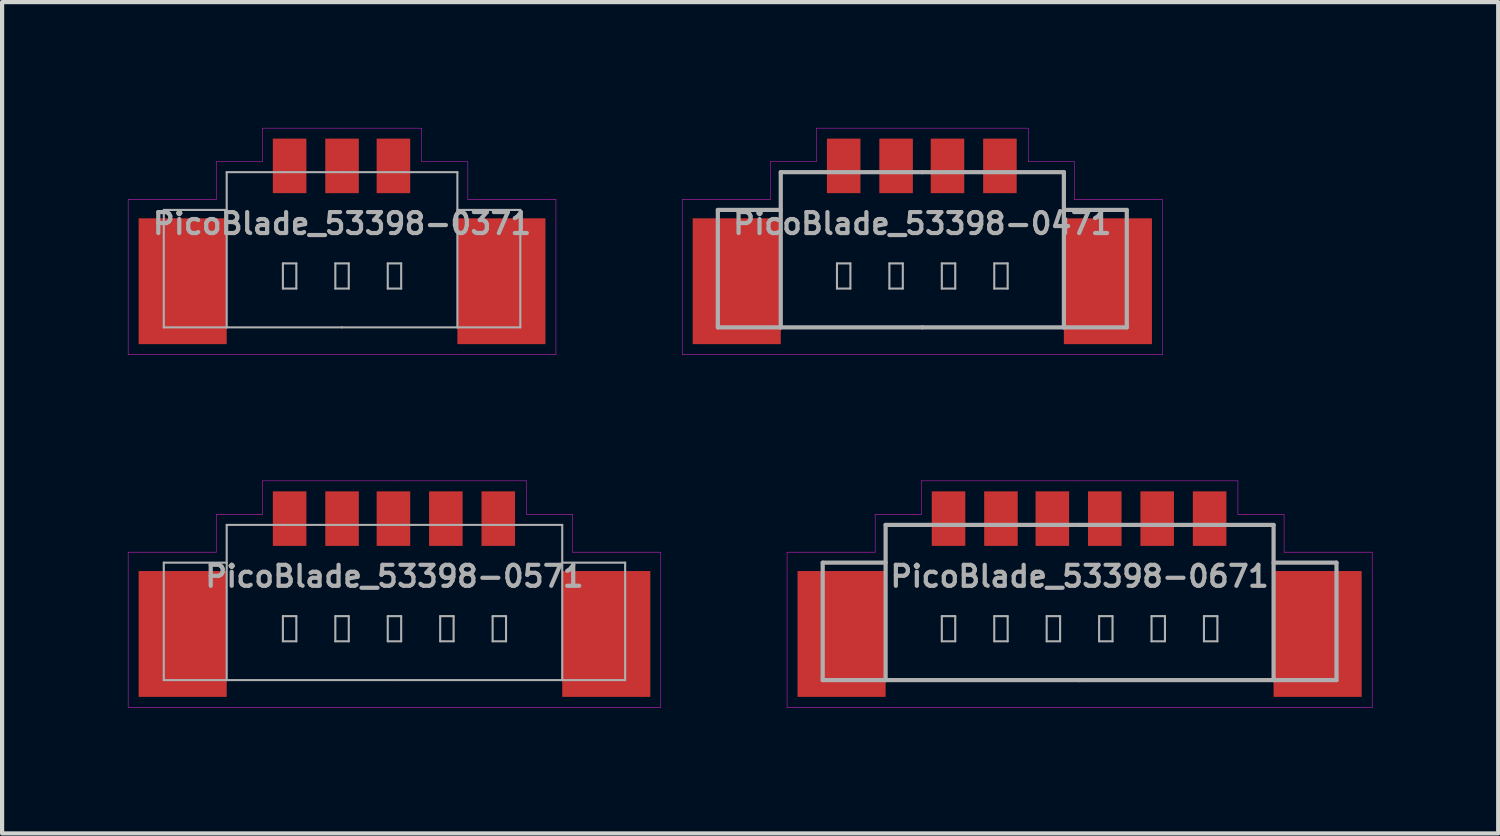
<source format=kicad_pcb>
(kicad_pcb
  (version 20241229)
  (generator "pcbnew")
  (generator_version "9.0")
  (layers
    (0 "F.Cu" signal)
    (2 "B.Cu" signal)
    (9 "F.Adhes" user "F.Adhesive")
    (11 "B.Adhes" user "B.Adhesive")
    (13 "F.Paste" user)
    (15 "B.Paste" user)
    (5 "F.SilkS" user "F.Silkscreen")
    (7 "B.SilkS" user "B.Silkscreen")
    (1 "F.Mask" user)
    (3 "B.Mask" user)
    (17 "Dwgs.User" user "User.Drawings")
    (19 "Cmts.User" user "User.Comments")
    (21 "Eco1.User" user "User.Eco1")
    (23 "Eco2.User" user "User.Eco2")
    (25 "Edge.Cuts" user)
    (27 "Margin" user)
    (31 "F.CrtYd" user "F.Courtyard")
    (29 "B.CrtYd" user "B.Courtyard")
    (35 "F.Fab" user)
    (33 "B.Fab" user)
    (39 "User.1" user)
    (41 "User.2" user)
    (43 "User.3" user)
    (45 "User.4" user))
  (footprint "PicoBlade_53398-0371"
    (layer "F.Cu")
    (at 5.105 2.28)
    (property "Reference" "PicoBlade_53398-0371" (at 0 0 0) (layer "F.Fab") (effects (font (size 0.5 0.5) (thickness 0.1))))
    (attr smd)
    (fp_line (start -5.1 -0.575) (end -5.1 3.125) (stroke (width 0.01) (type solid)) (layer "F.CrtYd"))
    (fp_line (start -5.1 -0.575) (end -3 -0.575) (stroke (width 0.01) (type solid)) (layer "F.CrtYd"))
    (fp_line (start -5.1 3.125) (end 0 3.125) (stroke (width 0.01) (type solid)) (layer "F.CrtYd"))
    (fp_line (start -3 -0.575) (end -3 -1.475) (stroke (width 0.01) (type solid)) (layer "F.CrtYd"))
    (fp_line (start -1.9 -2.275) (end -1.9 -1.475) (stroke (width 0.01) (type solid)) (layer "F.CrtYd"))
    (fp_line (start -1.9 -1.475) (end -3 -1.475) (stroke (width 0.01) (type solid)) (layer "F.CrtYd"))
    (fp_line (start 0 -2.275) (end -1.9 -2.275) (stroke (width 0.01) (type solid)) (layer "F.CrtYd"))
    (fp_line (start 0 -2.275) (end 1.9 -2.275) (stroke (width 0.01) (type solid)) (layer "F.CrtYd"))
    (fp_line (start 1.9 -2.275) (end 1.9 -1.475) (stroke (width 0.01) (type solid)) (layer "F.CrtYd"))
    (fp_line (start 1.9 -1.475) (end 3 -1.475) (stroke (width 0.01) (type solid)) (layer "F.CrtYd"))
    (fp_line (start 3 -1.475) (end 3 -0.575) (stroke (width 0.01) (type solid)) (layer "F.CrtYd"))
    (fp_line (start 3 -0.575) (end 5.1 -0.575) (stroke (width 0.01) (type solid)) (layer "F.CrtYd"))
    (fp_line (start 5.1 -0.575) (end 5.1 3.125) (stroke (width 0.01) (type solid)) (layer "F.CrtYd"))
    (fp_line (start 5.1 3.125) (end 0 3.125) (stroke (width 0.01) (type solid)) (layer "F.CrtYd"))
    (fp_line (start -4.25 -0.325) (end -2.75 -0.325) (stroke (width 0.05) (type solid)) (layer "F.Fab"))
    (fp_line (start -4.25 2.475) (end -4.25 -0.325) (stroke (width 0.05) (type solid)) (layer "F.Fab"))
    (fp_line (start -2.75 -1.225) (end -2.75 2.475) (stroke (width 0.05) (type solid)) (layer "F.Fab"))
    (fp_line (start -2.75 2.475) (end -4.25 2.475) (stroke (width 0.05) (type solid)) (layer "F.Fab"))
    (fp_line (start -2.75 2.475) (end 0 2.475) (stroke (width 0.05) (type solid)) (layer "F.Fab"))
    (fp_line (start -1.41 0.95) (end -1.09 0.95) (stroke (width 0.05) (type solid)) (layer "F.Fab"))
    (fp_line (start -1.41 1.55) (end -1.41 0.95) (stroke (width 0.05) (type solid)) (layer "F.Fab"))
    (fp_line (start -1.09 1.55) (end -1.41 1.55) (stroke (width 0.05) (type solid)) (layer "F.Fab"))
    (fp_line (start -1.09 1.55) (end -1.09 0.95) (stroke (width 0.05) (type solid)) (layer "F.Fab"))
    (fp_line (start -0.16 0.95) (end 0.16 0.95) (stroke (width 0.05) (type solid)) (layer "F.Fab"))
    (fp_line (start -0.16 1.55) (end -0.16 0.95) (stroke (width 0.05) (type solid)) (layer "F.Fab"))
    (fp_line (start 0 -1.225) (end -2.75 -1.225) (stroke (width 0.05) (type solid)) (layer "F.Fab"))
    (fp_line (start 0 2.475) (end 2.75 2.475) (stroke (width 0.05) (type solid)) (layer "F.Fab"))
    (fp_line (start 0.16 1.55) (end -0.16 1.55) (stroke (width 0.05) (type solid)) (layer "F.Fab"))
    (fp_line (start 0.16 1.55) (end 0.16 0.95) (stroke (width 0.05) (type solid)) (layer "F.Fab"))
    (fp_line (start 1.09 0.95) (end 1.09 1.55) (stroke (width 0.05) (type solid)) (layer "F.Fab"))
    (fp_line (start 1.09 0.95) (end 1.41 0.95) (stroke (width 0.05) (type solid)) (layer "F.Fab"))
    (fp_line (start 1.41 0.95) (end 1.41 1.55) (stroke (width 0.05) (type solid)) (layer "F.Fab"))
    (fp_line (start 1.41 1.55) (end 1.09 1.55) (stroke (width 0.05) (type solid)) (layer "F.Fab"))
    (fp_line (start 2.75 -1.225) (end 0 -1.225) (stroke (width 0.05) (type solid)) (layer "F.Fab"))
    (fp_line (start 2.75 2.475) (end 2.75 -1.225) (stroke (width 0.05) (type solid)) (layer "F.Fab"))
    (fp_line (start 2.75 2.475) (end 4.25 2.475) (stroke (width 0.05) (type solid)) (layer "F.Fab"))
    (fp_line (start 4.25 -0.325) (end 2.75 -0.325) (stroke (width 0.05) (type solid)) (layer "F.Fab"))
    (fp_line (start 4.25 2.475) (end 4.25 -0.325) (stroke (width 0.05) (type solid)) (layer "F.Fab"))
    (pad "" smd rect (at -3.8 1.375) (size 2.1 3) (layers "F.Cu" "F.Mask" "F.Paste"))
    (pad "" smd rect (at 3.8 1.375) (size 2.1 3) (layers "F.Cu" "F.Mask" "F.Paste"))
    (pad "1" smd rect (at -1.25 -1.375) (size 0.8 1.3) (layers "F.Cu" "F.Mask" "F.Paste"))
    (pad "2" smd rect (at 0 -1.375) (size 0.8 1.3) (layers "F.Cu" "F.Mask" "F.Paste"))
    (pad "3" smd rect (at 1.225 -1.375) (size 0.8 1.3) (layers "F.Cu" "F.Mask" "F.Paste")))
  (footprint "PicoBlade_53398-0471"
    (layer "F.Cu")
    (at 18.94 2.28)
    (property "Reference" "PicoBlade_53398-0471" (at 0 0 0) (layer "F.Fab") (effects (font (size 0.5 0.5) (thickness 0.1))))
    (attr smd)
    (fp_line (start -5.725 -0.575) (end -5.725 3.125) (stroke (width 0.01) (type solid)) (layer "F.CrtYd"))
    (fp_line (start -5.725 -0.575) (end -3.625 -0.575) (stroke (width 0.01) (type solid)) (layer "F.CrtYd"))
    (fp_line (start -5.725 3.125) (end 0 3.125) (stroke (width 0.01) (type solid)) (layer "F.CrtYd"))
    (fp_line (start -3.625 -0.575) (end -3.625 -1.475) (stroke (width 0.01) (type solid)) (layer "F.CrtYd"))
    (fp_line (start -2.525 -2.275) (end -2.525 -1.475) (stroke (width 0.01) (type solid)) (layer "F.CrtYd"))
    (fp_line (start -2.525 -1.475) (end -3.625 -1.475) (stroke (width 0.01) (type solid)) (layer "F.CrtYd"))
    (fp_line (start 0 -2.275) (end -2.525 -2.275) (stroke (width 0.01) (type solid)) (layer "F.CrtYd"))
    (fp_line (start 0 -2.275) (end 2.525 -2.275) (stroke (width 0.01) (type solid)) (layer "F.CrtYd"))
    (fp_line (start 2.525 -2.275) (end 2.525 -1.475) (stroke (width 0.01) (type solid)) (layer "F.CrtYd"))
    (fp_line (start 2.525 -1.475) (end 3.625 -1.475) (stroke (width 0.01) (type solid)) (layer "F.CrtYd"))
    (fp_line (start 3.625 -1.475) (end 3.625 -0.575) (stroke (width 0.01) (type solid)) (layer "F.CrtYd"))
    (fp_line (start 3.625 -0.575) (end 5.725 -0.575) (stroke (width 0.01) (type solid)) (layer "F.CrtYd"))
    (fp_line (start 5.725 -0.575) (end 5.725 3.125) (stroke (width 0.01) (type solid)) (layer "F.CrtYd"))
    (fp_line (start 5.725 3.125) (end 0 3.125) (stroke (width 0.01) (type solid)) (layer "F.CrtYd"))
    (fp_line (start -4.875 -0.325) (end -3.375 -0.325) (stroke (width 0.1) (type solid)) (layer "F.Fab"))
    (fp_line (start -4.875 2.475) (end -4.875 -0.325) (stroke (width 0.1) (type solid)) (layer "F.Fab"))
    (fp_line (start -3.375 -1.225) (end -3.375 2.475) (stroke (width 0.1) (type solid)) (layer "F.Fab"))
    (fp_line (start -3.375 2.475) (end -4.875 2.475) (stroke (width 0.1) (type solid)) (layer "F.Fab"))
    (fp_line (start -3.375 2.475) (end 0 2.475) (stroke (width 0.1) (type solid)) (layer "F.Fab"))
    (fp_line (start -2.035 0.95) (end -1.715 0.95) (stroke (width 0.05) (type solid)) (layer "F.Fab"))
    (fp_line (start -2.035 1.55) (end -2.035 0.95) (stroke (width 0.05) (type solid)) (layer "F.Fab"))
    (fp_line (start -1.715 1.55) (end -2.035 1.55) (stroke (width 0.05) (type solid)) (layer "F.Fab"))
    (fp_line (start -1.715 1.55) (end -1.715 0.95) (stroke (width 0.05) (type solid)) (layer "F.Fab"))
    (fp_line (start -0.785 0.95) (end -0.465 0.95) (stroke (width 0.05) (type solid)) (layer "F.Fab"))
    (fp_line (start -0.785 1.55) (end -0.785 0.95) (stroke (width 0.05) (type solid)) (layer "F.Fab"))
    (fp_line (start -0.465 1.55) (end -0.785 1.55) (stroke (width 0.05) (type solid)) (layer "F.Fab"))
    (fp_line (start -0.465 1.55) (end -0.465 0.95) (stroke (width 0.05) (type solid)) (layer "F.Fab"))
    (fp_line (start 0 -1.225) (end -3.375 -1.225) (stroke (width 0.1) (type solid)) (layer "F.Fab"))
    (fp_line (start 0 2.475) (end 3.375 2.475) (stroke (width 0.1) (type solid)) (layer "F.Fab"))
    (fp_line (start 0.465 0.95) (end 0.465 1.55) (stroke (width 0.05) (type solid)) (layer "F.Fab"))
    (fp_line (start 0.465 0.95) (end 0.785 0.95) (stroke (width 0.05) (type solid)) (layer "F.Fab"))
    (fp_line (start 0.785 0.95) (end 0.785 1.55) (stroke (width 0.05) (type solid)) (layer "F.Fab"))
    (fp_line (start 0.785 1.55) (end 0.465 1.55) (stroke (width 0.05) (type solid)) (layer "F.Fab"))
    (fp_line (start 1.715 0.95) (end 1.715 1.55) (stroke (width 0.05) (type solid)) (layer "F.Fab"))
    (fp_line (start 1.715 0.95) (end 2.035 0.95) (stroke (width 0.05) (type solid)) (layer "F.Fab"))
    (fp_line (start 2.035 0.95) (end 2.035 1.55) (stroke (width 0.05) (type solid)) (layer "F.Fab"))
    (fp_line (start 2.035 1.55) (end 1.715 1.55) (stroke (width 0.05) (type solid)) (layer "F.Fab"))
    (fp_line (start 3.375 -1.225) (end 0 -1.225) (stroke (width 0.1) (type solid)) (layer "F.Fab"))
    (fp_line (start 3.375 2.475) (end 3.375 -1.225) (stroke (width 0.1) (type solid)) (layer "F.Fab"))
    (fp_line (start 3.375 2.475) (end 4.875 2.475) (stroke (width 0.1) (type solid)) (layer "F.Fab"))
    (fp_line (start 4.875 -0.325) (end 3.375 -0.325) (stroke (width 0.1) (type solid)) (layer "F.Fab"))
    (fp_line (start 4.875 2.475) (end 4.875 -0.325) (stroke (width 0.1) (type solid)) (layer "F.Fab"))
    (pad "" smd rect (at -4.425 1.375) (size 2.1 3) (layers "F.Cu" "F.Mask" "F.Paste"))
    (pad "" smd rect (at 4.425 1.375) (size 2.1 3) (layers "F.Cu" "F.Mask" "F.Paste"))
    (pad "1" smd rect (at -1.875 -1.375) (size 0.8 1.3) (layers "F.Cu" "F.Mask" "F.Paste"))
    (pad "2" smd rect (at -0.625 -1.375) (size 0.8 1.3) (layers "F.Cu" "F.Mask" "F.Paste"))
    (pad "3" smd rect (at 0.6 -1.375) (size 0.8 1.3) (layers "F.Cu" "F.Mask" "F.Paste"))
    (pad "4" smd rect (at 1.85 -1.375) (size 0.8 1.3) (layers "F.Cu" "F.Mask" "F.Paste")))
  (footprint "PicoBlade_53398-0571"
    (layer "F.Cu")
    (at 6.355 10.69)
    (property "Reference" "PicoBlade_53398-0571" (at 0 0 0) (layer "F.Fab") (effects (font (size 0.5 0.5) (thickness 0.1))))
    (attr smd)
    (fp_line (start -6.35 -0.575) (end -6.35 3.125) (stroke (width 0.01) (type solid)) (layer "F.CrtYd"))
    (fp_line (start -6.35 -0.575) (end -4.25 -0.575) (stroke (width 0.01) (type solid)) (layer "F.CrtYd"))
    (fp_line (start -6.35 3.125) (end 0 3.125) (stroke (width 0.01) (type solid)) (layer "F.CrtYd"))
    (fp_line (start -4.25 -0.575) (end -4.25 -1.475) (stroke (width 0.01) (type solid)) (layer "F.CrtYd"))
    (fp_line (start -3.15 -2.275) (end -3.15 -1.475) (stroke (width 0.01) (type solid)) (layer "F.CrtYd"))
    (fp_line (start -3.15 -1.475) (end -4.25 -1.475) (stroke (width 0.01) (type solid)) (layer "F.CrtYd"))
    (fp_line (start 0 -2.275) (end -3.15 -2.275) (stroke (width 0.01) (type solid)) (layer "F.CrtYd"))
    (fp_line (start 0 -2.275) (end 3.15 -2.275) (stroke (width 0.01) (type solid)) (layer "F.CrtYd"))
    (fp_line (start 3.15 -2.275) (end 3.15 -1.475) (stroke (width 0.01) (type solid)) (layer "F.CrtYd"))
    (fp_line (start 3.15 -1.475) (end 4.25 -1.475) (stroke (width 0.01) (type solid)) (layer "F.CrtYd"))
    (fp_line (start 4.25 -1.475) (end 4.25 -0.575) (stroke (width 0.01) (type solid)) (layer "F.CrtYd"))
    (fp_line (start 4.25 -0.575) (end 6.35 -0.575) (stroke (width 0.01) (type solid)) (layer "F.CrtYd"))
    (fp_line (start 6.35 -0.575) (end 6.35 3.125) (stroke (width 0.01) (type solid)) (layer "F.CrtYd"))
    (fp_line (start 6.35 3.125) (end 0 3.125) (stroke (width 0.01) (type solid)) (layer "F.CrtYd"))
    (fp_line (start -5.5 -0.325) (end -4 -0.325) (stroke (width 0.05) (type solid)) (layer "F.Fab"))
    (fp_line (start -5.5 2.475) (end -5.5 -0.325) (stroke (width 0.05) (type solid)) (layer "F.Fab"))
    (fp_line (start -4 -1.225) (end -4 2.475) (stroke (width 0.05) (type solid)) (layer "F.Fab"))
    (fp_line (start -4 2.475) (end -5.5 2.475) (stroke (width 0.05) (type solid)) (layer "F.Fab"))
    (fp_line (start -4 2.475) (end 0 2.475) (stroke (width 0.05) (type solid)) (layer "F.Fab"))
    (fp_line (start -2.66 0.95) (end -2.34 0.95) (stroke (width 0.05) (type solid)) (layer "F.Fab"))
    (fp_line (start -2.66 1.55) (end -2.66 0.95) (stroke (width 0.05) (type solid)) (layer "F.Fab"))
    (fp_line (start -2.34 1.55) (end -2.66 1.55) (stroke (width 0.05) (type solid)) (layer "F.Fab"))
    (fp_line (start -2.34 1.55) (end -2.34 0.95) (stroke (width 0.05) (type solid)) (layer "F.Fab"))
    (fp_line (start -1.41 0.95) (end -1.09 0.95) (stroke (width 0.05) (type solid)) (layer "F.Fab"))
    (fp_line (start -1.41 1.55) (end -1.41 0.95) (stroke (width 0.05) (type solid)) (layer "F.Fab"))
    (fp_line (start -1.09 1.55) (end -1.41 1.55) (stroke (width 0.05) (type solid)) (layer "F.Fab"))
    (fp_line (start -1.09 1.55) (end -1.09 0.95) (stroke (width 0.05) (type solid)) (layer "F.Fab"))
    (fp_line (start -0.16 0.95) (end -0.16 1.55) (stroke (width 0.05) (type solid)) (layer "F.Fab"))
    (fp_line (start -0.16 0.95) (end 0.16 0.95) (stroke (width 0.05) (type solid)) (layer "F.Fab"))
    (fp_line (start 0 -1.225) (end -4 -1.225) (stroke (width 0.05) (type solid)) (layer "F.Fab"))
    (fp_line (start 0 2.475) (end 4 2.475) (stroke (width 0.05) (type solid)) (layer "F.Fab"))
    (fp_line (start 0.16 0.95) (end 0.16 1.55) (stroke (width 0.05) (type solid)) (layer "F.Fab"))
    (fp_line (start 0.16 1.55) (end -0.16 1.55) (stroke (width 0.05) (type solid)) (layer "F.Fab"))
    (fp_line (start 1.09 0.95) (end 1.09 1.55) (stroke (width 0.05) (type solid)) (layer "F.Fab"))
    (fp_line (start 1.09 0.95) (end 1.41 0.95) (stroke (width 0.05) (type solid)) (layer "F.Fab"))
    (fp_line (start 1.41 0.95) (end 1.41 1.55) (stroke (width 0.05) (type solid)) (layer "F.Fab"))
    (fp_line (start 1.41 1.55) (end 1.09 1.55) (stroke (width 0.05) (type solid)) (layer "F.Fab"))
    (fp_line (start 2.34 0.95) (end 2.34 1.55) (stroke (width 0.05) (type solid)) (layer "F.Fab"))
    (fp_line (start 2.34 0.95) (end 2.66 0.95) (stroke (width 0.05) (type solid)) (layer "F.Fab"))
    (fp_line (start 2.66 0.95) (end 2.66 1.55) (stroke (width 0.05) (type solid)) (layer "F.Fab"))
    (fp_line (start 2.66 1.55) (end 2.34 1.55) (stroke (width 0.05) (type solid)) (layer "F.Fab"))
    (fp_line (start 4 -1.225) (end 0 -1.225) (stroke (width 0.05) (type solid)) (layer "F.Fab"))
    (fp_line (start 4 2.475) (end 4 -1.225) (stroke (width 0.05) (type solid)) (layer "F.Fab"))
    (fp_line (start 4 2.475) (end 5.5 2.475) (stroke (width 0.05) (type solid)) (layer "F.Fab"))
    (fp_line (start 5.5 -0.325) (end 4 -0.325) (stroke (width 0.05) (type solid)) (layer "F.Fab"))
    (fp_line (start 5.5 2.475) (end 5.5 -0.325) (stroke (width 0.05) (type solid)) (layer "F.Fab"))
    (pad "" smd rect (at -5.05 1.375) (size 2.1 3) (layers "F.Cu" "F.Mask" "F.Paste"))
    (pad "" smd rect (at 5.05 1.375) (size 2.1 3) (layers "F.Cu" "F.Mask" "F.Paste"))
    (pad "1" smd rect (at -2.5 -1.375) (size 0.8 1.3) (layers "F.Cu" "F.Mask" "F.Paste"))
    (pad "2" smd rect (at -1.25 -1.375) (size 0.8 1.3) (layers "F.Cu" "F.Mask" "F.Paste"))
    (pad "3" smd rect (at -0.025 -1.375) (size 0.8 1.3) (layers "F.Cu" "F.Mask" "F.Paste"))
    (pad "4" smd rect (at 1.225 -1.375) (size 0.8 1.3) (layers "F.Cu" "F.Mask" "F.Paste"))
    (pad "5" smd rect (at 2.475 -1.375) (size 0.8 1.3) (layers "F.Cu" "F.Mask" "F.Paste")))
  (footprint "PicoBlade_53398-0671"
    (layer "F.Cu")
    (at 22.69 10.69)
    (property "Reference" "PicoBlade_53398-0671" (at 0 0 0) (layer "F.Fab") (effects (font (size 0.5 0.5) (thickness 0.1))))
    (attr smd)
    (fp_line (start -6.975 -0.575) (end -6.975 3.125) (stroke (width 0.01) (type solid)) (layer "F.CrtYd"))
    (fp_line (start -6.975 -0.575) (end -4.875 -0.575) (stroke (width 0.01) (type solid)) (layer "F.CrtYd"))
    (fp_line (start -6.975 3.125) (end 0 3.125) (stroke (width 0.01) (type solid)) (layer "F.CrtYd"))
    (fp_line (start -4.875 -0.575) (end -4.875 -1.475) (stroke (width 0.01) (type solid)) (layer "F.CrtYd"))
    (fp_line (start -3.775 -2.275) (end -3.775 -1.475) (stroke (width 0.01) (type solid)) (layer "F.CrtYd"))
    (fp_line (start -3.775 -1.475) (end -4.875 -1.475) (stroke (width 0.01) (type solid)) (layer "F.CrtYd"))
    (fp_line (start 0 -2.275) (end -3.775 -2.275) (stroke (width 0.01) (type solid)) (layer "F.CrtYd"))
    (fp_line (start 0 -2.275) (end 3.775 -2.275) (stroke (width 0.01) (type solid)) (layer "F.CrtYd"))
    (fp_line (start 3.775 -2.275) (end 3.775 -1.475) (stroke (width 0.01) (type solid)) (layer "F.CrtYd"))
    (fp_line (start 3.775 -1.475) (end 4.875 -1.475) (stroke (width 0.01) (type solid)) (layer "F.CrtYd"))
    (fp_line (start 4.875 -1.475) (end 4.875 -0.575) (stroke (width 0.01) (type solid)) (layer "F.CrtYd"))
    (fp_line (start 4.875 -0.575) (end 6.975 -0.575) (stroke (width 0.01) (type solid)) (layer "F.CrtYd"))
    (fp_line (start 6.975 -0.575) (end 6.975 3.125) (stroke (width 0.01) (type solid)) (layer "F.CrtYd"))
    (fp_line (start 6.975 3.125) (end 0 3.125) (stroke (width 0.01) (type solid)) (layer "F.CrtYd"))
    (fp_line (start -6.125 -0.325) (end -4.625 -0.325) (stroke (width 0.1) (type solid)) (layer "F.Fab"))
    (fp_line (start -6.125 2.475) (end -6.125 -0.325) (stroke (width 0.1) (type solid)) (layer "F.Fab"))
    (fp_line (start -4.625 -1.225) (end -4.625 2.475) (stroke (width 0.1) (type solid)) (layer "F.Fab"))
    (fp_line (start -4.625 2.475) (end -6.125 2.475) (stroke (width 0.1) (type solid)) (layer "F.Fab"))
    (fp_line (start -4.625 2.475) (end 0 2.475) (stroke (width 0.1) (type solid)) (layer "F.Fab"))
    (fp_line (start -3.285 0.95) (end -2.965 0.95) (stroke (width 0.05) (type solid)) (layer "F.Fab"))
    (fp_line (start -3.285 1.55) (end -3.285 0.95) (stroke (width 0.05) (type solid)) (layer "F.Fab"))
    (fp_line (start -2.965 1.55) (end -3.285 1.55) (stroke (width 0.05) (type solid)) (layer "F.Fab"))
    (fp_line (start -2.965 1.55) (end -2.965 0.95) (stroke (width 0.05) (type solid)) (layer "F.Fab"))
    (fp_line (start -2.035 0.95) (end -1.715 0.95) (stroke (width 0.05) (type solid)) (layer "F.Fab"))
    (fp_line (start -2.035 1.55) (end -2.035 0.95) (stroke (width 0.05) (type solid)) (layer "F.Fab"))
    (fp_line (start -1.715 1.55) (end -2.035 1.55) (stroke (width 0.05) (type solid)) (layer "F.Fab"))
    (fp_line (start -1.715 1.55) (end -1.715 0.95) (stroke (width 0.05) (type solid)) (layer "F.Fab"))
    (fp_line (start -0.785 0.95) (end -0.785 1.55) (stroke (width 0.05) (type solid)) (layer "F.Fab"))
    (fp_line (start -0.785 0.95) (end -0.465 0.95) (stroke (width 0.05) (type solid)) (layer "F.Fab"))
    (fp_line (start -0.465 0.95) (end -0.465 1.55) (stroke (width 0.05) (type solid)) (layer "F.Fab"))
    (fp_line (start -0.465 1.55) (end -0.785 1.55) (stroke (width 0.05) (type solid)) (layer "F.Fab"))
    (fp_line (start 0 -1.225) (end -4.625 -1.225) (stroke (width 0.1) (type solid)) (layer "F.Fab"))
    (fp_line (start 0 2.475) (end 4.625 2.475) (stroke (width 0.1) (type solid)) (layer "F.Fab"))
    (fp_line (start 0.465 0.95) (end 0.465 1.55) (stroke (width 0.05) (type solid)) (layer "F.Fab"))
    (fp_line (start 0.465 0.95) (end 0.785 0.95) (stroke (width 0.05) (type solid)) (layer "F.Fab"))
    (fp_line (start 0.785 0.95) (end 0.785 1.55) (stroke (width 0.05) (type solid)) (layer "F.Fab"))
    (fp_line (start 0.785 1.55) (end 0.465 1.55) (stroke (width 0.05) (type solid)) (layer "F.Fab"))
    (fp_line (start 1.715 0.95) (end 1.715 1.55) (stroke (width 0.05) (type solid)) (layer "F.Fab"))
    (fp_line (start 1.715 0.95) (end 2.035 0.95) (stroke (width 0.05) (type solid)) (layer "F.Fab"))
    (fp_line (start 2.035 0.95) (end 2.035 1.55) (stroke (width 0.05) (type solid)) (layer "F.Fab"))
    (fp_line (start 2.035 1.55) (end 1.715 1.55) (stroke (width 0.05) (type solid)) (layer "F.Fab"))
    (fp_line (start 2.965 0.95) (end 2.965 1.55) (stroke (width 0.05) (type solid)) (layer "F.Fab"))
    (fp_line (start 2.965 0.95) (end 3.285 0.95) (stroke (width 0.05) (type solid)) (layer "F.Fab"))
    (fp_line (start 3.285 0.95) (end 3.285 1.55) (stroke (width 0.05) (type solid)) (layer "F.Fab"))
    (fp_line (start 3.285 1.55) (end 2.965 1.55) (stroke (width 0.05) (type solid)) (layer "F.Fab"))
    (fp_line (start 4.625 -1.225) (end 0 -1.225) (stroke (width 0.1) (type solid)) (layer "F.Fab"))
    (fp_line (start 4.625 2.475) (end 4.625 -1.225) (stroke (width 0.1) (type solid)) (layer "F.Fab"))
    (fp_line (start 4.625 2.475) (end 6.125 2.475) (stroke (width 0.1) (type solid)) (layer "F.Fab"))
    (fp_line (start 6.125 -0.325) (end 4.625 -0.325) (stroke (width 0.1) (type solid)) (layer "F.Fab"))
    (fp_line (start 6.125 2.475) (end 6.125 -0.325) (stroke (width 0.1) (type solid)) (layer "F.Fab"))
    (pad "" smd rect (at -5.675 1.375) (size 2.1 3) (layers "F.Cu" "F.Mask" "F.Paste"))
    (pad "" smd rect (at 5.675 1.375) (size 2.1 3) (layers "F.Cu" "F.Mask" "F.Paste"))
    (pad "1" smd rect (at -3.125 -1.375) (size 0.8 1.3) (layers "F.Cu" "F.Mask" "F.Paste"))
    (pad "2" smd rect (at -1.875 -1.375) (size 0.8 1.3) (layers "F.Cu" "F.Mask" "F.Paste"))
    (pad "3" smd rect (at -0.65 -1.375) (size 0.8 1.3) (layers "F.Cu" "F.Mask" "F.Paste"))
    (pad "4" smd rect (at 0.6 -1.375) (size 0.8 1.3) (layers "F.Cu" "F.Mask" "F.Paste"))
    (pad "5" smd rect (at 1.85 -1.375) (size 0.8 1.3) (layers "F.Cu" "F.Mask" "F.Paste"))
    (pad "6" smd rect (at 3.1 -1.375) (size 0.8 1.3) (layers "F.Cu" "F.Mask" "F.Paste")))
  (gr_rect
    (start -3 -3)
    (end 32.67 16.82)
    (stroke (width 0.1) (type default))
    (fill no)
    (layer "Edge.Cuts")))
</source>
